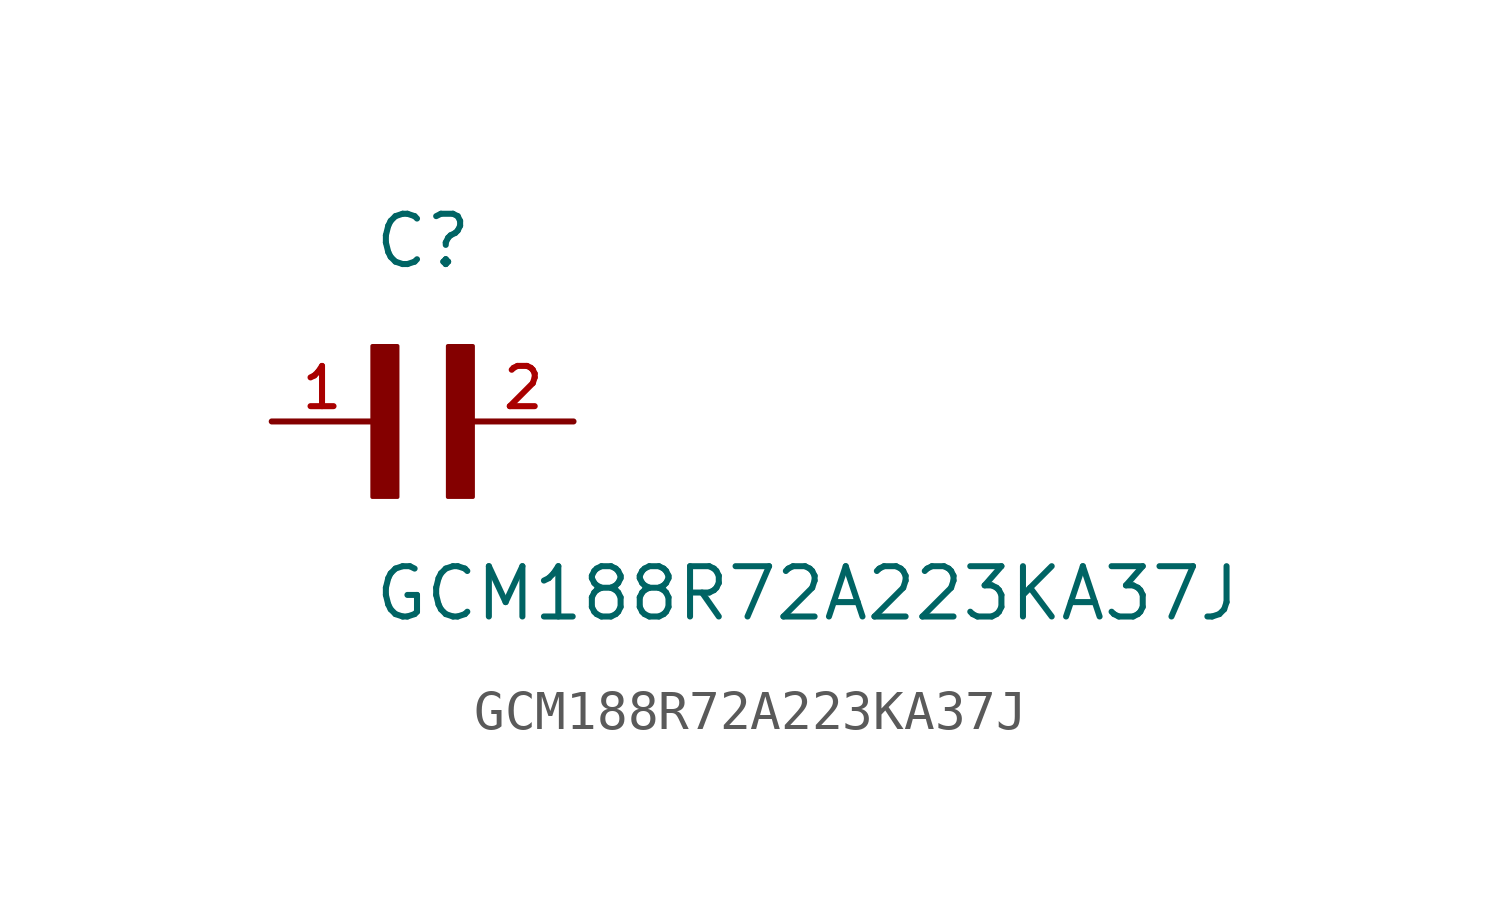
<source format=kicad_sym>
(kicad_symbol_lib
  (version 20211014)
  (generator kicad_symbol_editor)
  (symbol "GCM188R72A223KA37J"
    (pin_names
      (offset 1.016))
    (property "Reference" "C"
      (at 0.0 3.811 0)
      (effects (font (size 1.27 1.27)) (justify bottom left)))
    (property "Value" "GCM188R72A223KA37J"
      (at 0.0 -5.088 0)
      (effects (font (size 1.27 1.27)) (justify bottom left)))
    (symbol "GCM188R72A223KA37J_0_0"
      (rectangle (start 0.0 -1.907) (end 0.635 1.905) (stroke (width 0.1)) (fill (type outline)))
      (rectangle (start 1.907 -1.907) (end 2.54 1.905) (stroke (width 0.1)) (fill (type outline)))
      (pin passive line (at 5.08 0.0 180.0) (length 2.54) (name "~" (effects (font (size 1.016 1.016)))) (number "2" (effects (font (size 1.016 1.016)))))
      (pin passive line (at -2.54 0.0 0) (length 2.54) (name "~" (effects (font (size 1.016 1.016)))) (number "1" (effects (font (size 1.016 1.016))))))))
</source>
